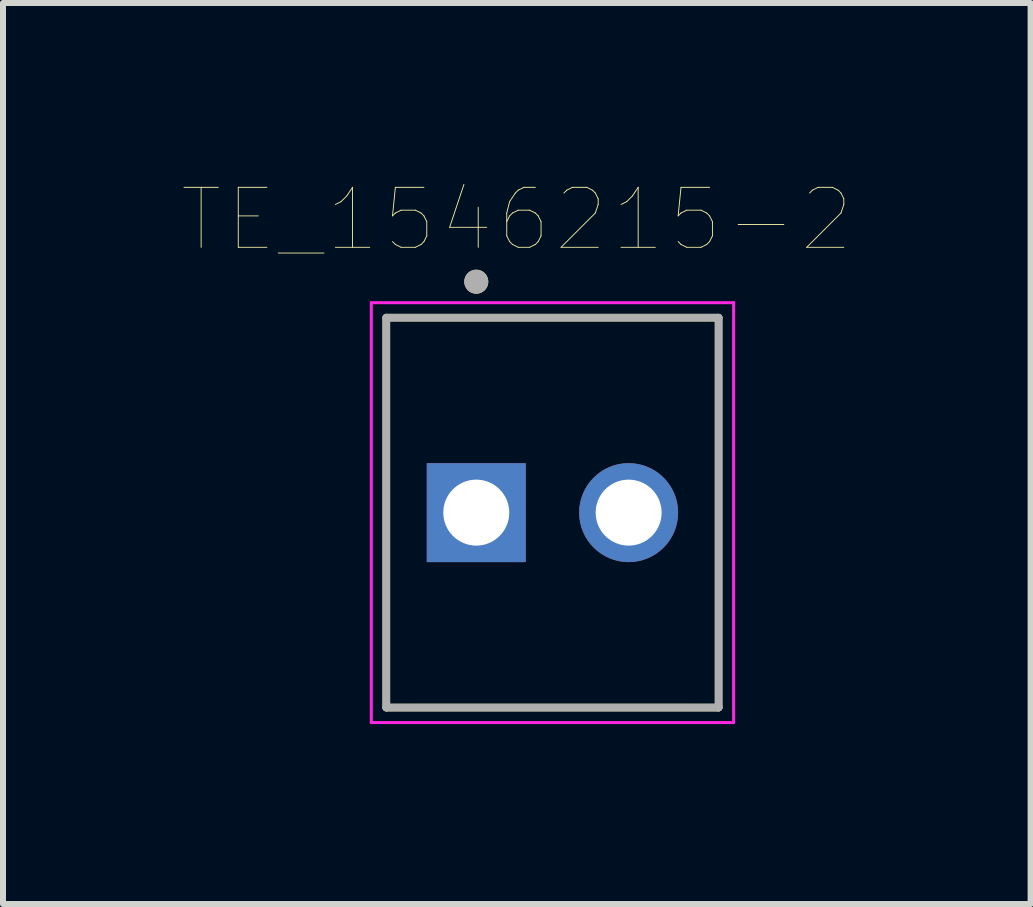
<source format=kicad_pcb>
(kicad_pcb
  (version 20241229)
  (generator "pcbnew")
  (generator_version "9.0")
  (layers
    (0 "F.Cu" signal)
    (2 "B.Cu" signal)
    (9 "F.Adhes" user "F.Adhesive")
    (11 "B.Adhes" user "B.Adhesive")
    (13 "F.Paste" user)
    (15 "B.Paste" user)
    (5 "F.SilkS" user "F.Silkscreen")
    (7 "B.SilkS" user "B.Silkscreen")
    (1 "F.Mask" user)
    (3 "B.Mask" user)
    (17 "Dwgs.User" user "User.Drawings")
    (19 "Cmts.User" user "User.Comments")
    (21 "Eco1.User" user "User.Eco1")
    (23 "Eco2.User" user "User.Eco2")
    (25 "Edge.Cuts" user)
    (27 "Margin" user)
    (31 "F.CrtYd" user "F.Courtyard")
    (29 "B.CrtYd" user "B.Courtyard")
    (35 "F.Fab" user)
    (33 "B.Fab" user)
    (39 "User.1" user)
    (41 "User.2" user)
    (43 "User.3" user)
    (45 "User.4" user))
  (footprint "TE_1546215-2"
    (layer "F.Cu")
    (at 6.16 5.496)
    (property "Reference" "TE_1546215-2" (at -0.595 -4.885 0) (layer "F.SilkS") (effects (font (size 1 1) (thickness 0.015))))
    (attr through_hole)
    (fp_line (start -2.77 -3.25) (end 2.77 -3.25) (stroke (width 0.127) (type solid)) (layer "F.SilkS"))
    (fp_line (start -2.77 3.25) (end -2.77 -3.25) (stroke (width 0.127) (type solid)) (layer "F.SilkS"))
    (fp_line (start 2.77 -3.25) (end 2.77 3.25) (stroke (width 0.127) (type solid)) (layer "F.SilkS"))
    (fp_line (start 2.77 3.25) (end -2.77 3.25) (stroke (width 0.127) (type solid)) (layer "F.SilkS"))
    (fp_circle (center -1.27 -3.85) (end -1.17 -3.85) (stroke (width 0.2) (type solid)) (fill no) (layer "F.SilkS"))
    (fp_line (start -3.02 -3.5) (end 3.02 -3.5) (stroke (width 0.05) (type solid)) (layer "F.CrtYd"))
    (fp_line (start -3.02 3.5) (end -3.02 -3.5) (stroke (width 0.05) (type solid)) (layer "F.CrtYd"))
    (fp_line (start 3.02 -3.5) (end 3.02 3.5) (stroke (width 0.05) (type solid)) (layer "F.CrtYd"))
    (fp_line (start 3.02 3.5) (end -3.02 3.5) (stroke (width 0.05) (type solid)) (layer "F.CrtYd"))
    (fp_line (start -2.77 -3.25) (end 2.77 -3.25) (stroke (width 0.127) (type solid)) (layer "F.Fab"))
    (fp_line (start -2.77 3.25) (end -2.77 -3.25) (stroke (width 0.127) (type solid)) (layer "F.Fab"))
    (fp_line (start 2.77 -3.25) (end 2.77 3.25) (stroke (width 0.127) (type solid)) (layer "F.Fab"))
    (fp_line (start 2.77 3.25) (end -2.77 3.25) (stroke (width 0.127) (type solid)) (layer "F.Fab"))
    (fp_circle (center -1.27 -3.85) (end -1.17 -3.85) (stroke (width 0.2) (type solid)) (fill no) (layer "F.Fab"))
    (pad "1" thru_hole rect (at -1.27 0) (size 1.65 1.65) (drill 1.1) (layers "*.Cu" "*.Mask"))
    (pad "2" thru_hole circle (at 1.27 0) (size 1.65 1.65) (drill 1.1) (layers "*.Cu" "*.Mask")))
  (gr_rect
    (start -3 -3)
    (end 14.131 12.021)
    (stroke (width 0.1) (type default))
    (fill no)
    (layer "Edge.Cuts")))
</source>
